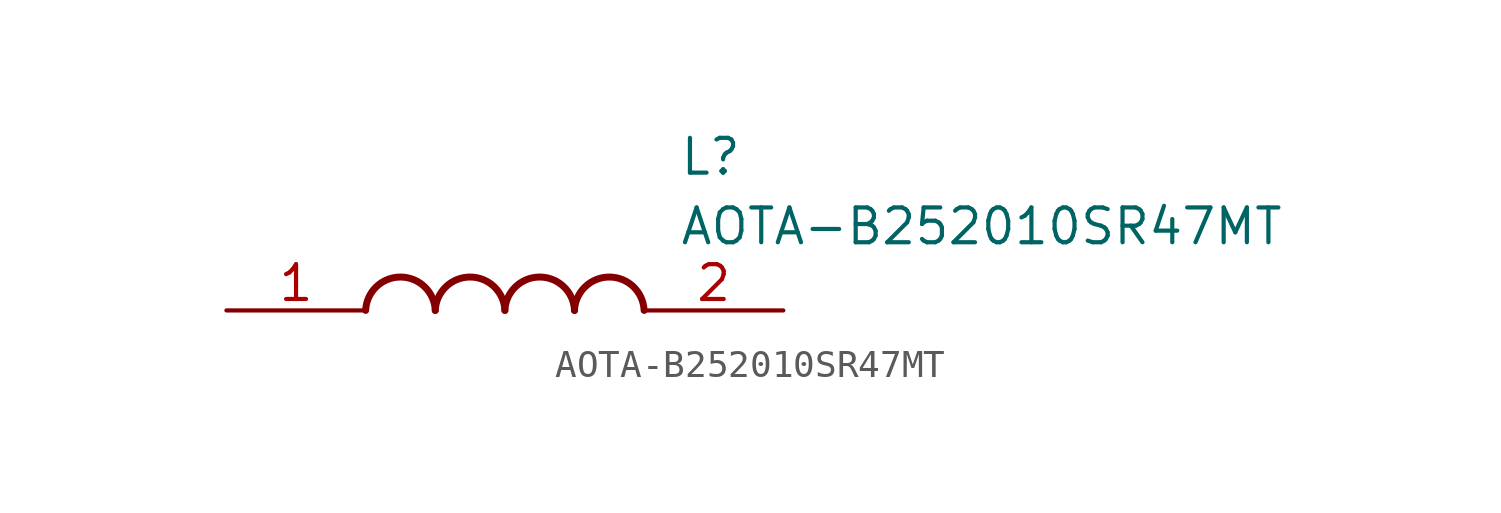
<source format=kicad_sym>
(kicad_symbol_lib
  (version 20211014)
  (generator SamacSys_ECAD_Model)
  (symbol "AOTA-B252010SR47MT"
    (pin_names hide)
    (property "Reference" "L"
      (at 16.51 6.35 0)
      (effects (font (size 1.27 1.27)) (justify left top)))
    (property "Value" "AOTA-B252010SR47MT"
      (at 16.51 3.81 0)
      (effects (font (size 1.27 1.27)) (justify left top)))
    (arc
      (start 7.62 0)
      (mid 6.35 1.219)
      (end 5.08 0)
      (stroke (width 0.254) (type default))
      (fill (type none)))
    (arc
      (start 10.16 0)
      (mid 8.89 1.219)
      (end 7.62 0)
      (stroke (width 0.254) (type default))
      (fill (type none)))
    (arc
      (start 12.7 0)
      (mid 11.43 1.219)
      (end 10.16 0)
      (stroke (width 0.254) (type default))
      (fill (type none)))
    (arc
      (start 15.24 0)
      (mid 13.97 1.219)
      (end 12.7 0)
      (stroke (width 0.254) (type default))
      (fill (type none)))
    (pin passive line
      (at 0 0 0)
      (length 5.08)
      (name "1" (effects (font (size 1.27 1.27))))
      (number "1" (effects (font (size 1.27 1.27)))))
    (pin passive line
      (at 20.32 0 180)
      (length 5.08)
      (name "2" (effects (font (size 1.27 1.27))))
      (number "2" (effects (font (size 1.27 1.27)))))))
</source>
